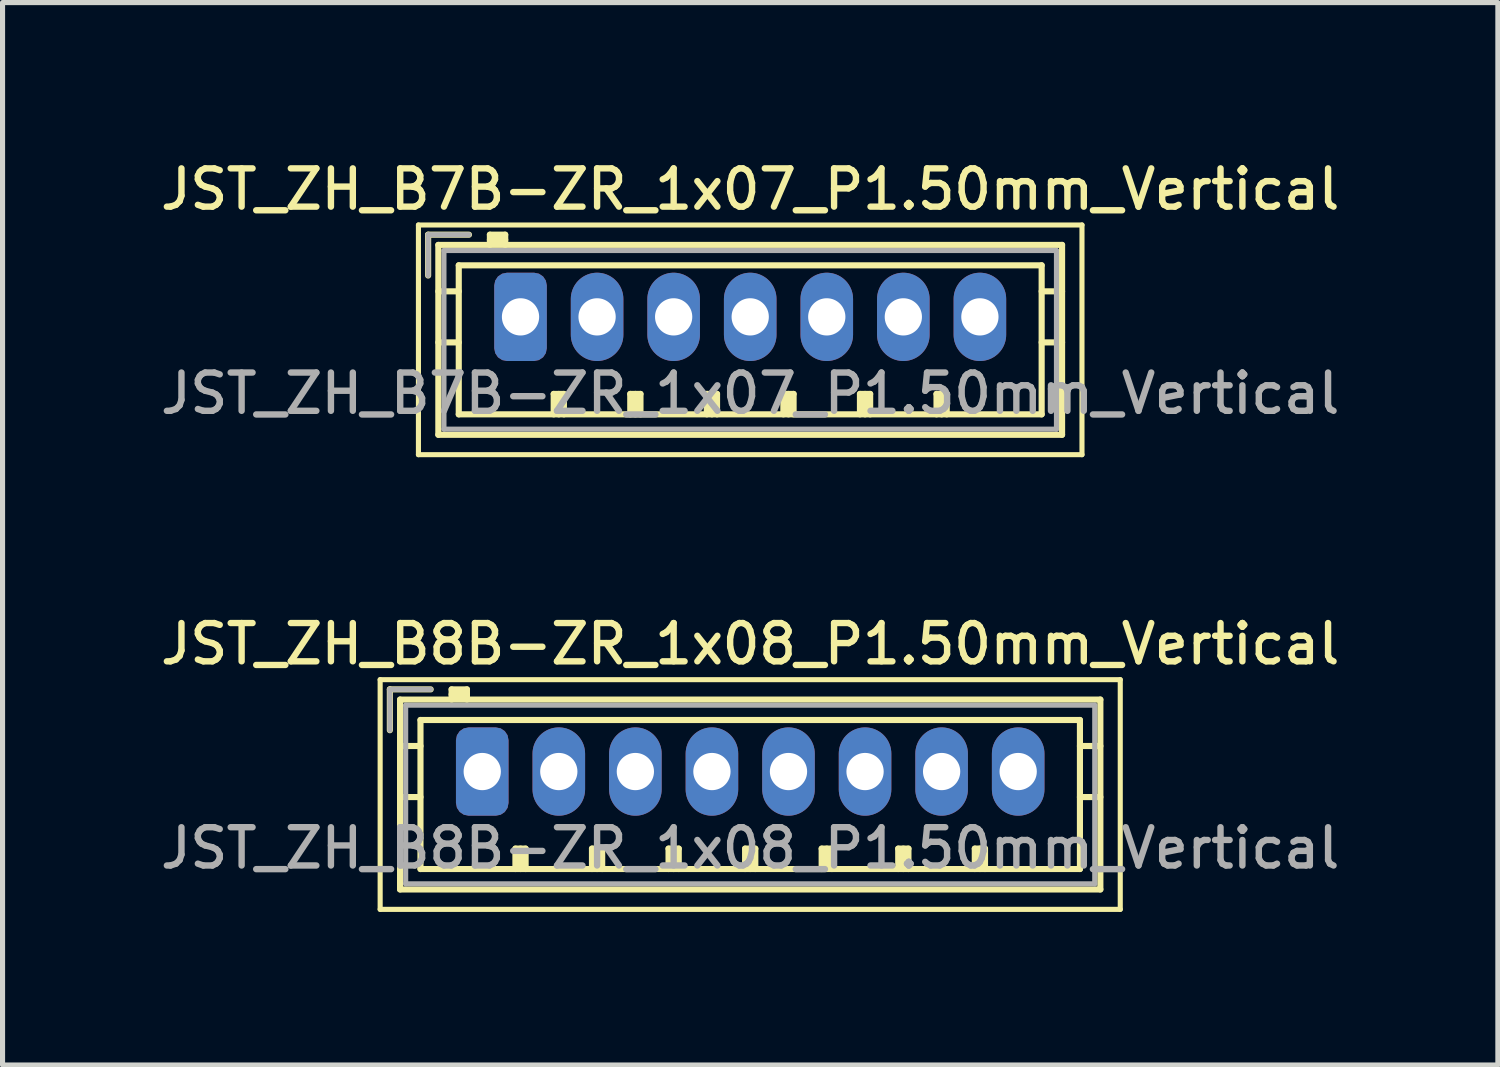
<source format=kicad_pcb>
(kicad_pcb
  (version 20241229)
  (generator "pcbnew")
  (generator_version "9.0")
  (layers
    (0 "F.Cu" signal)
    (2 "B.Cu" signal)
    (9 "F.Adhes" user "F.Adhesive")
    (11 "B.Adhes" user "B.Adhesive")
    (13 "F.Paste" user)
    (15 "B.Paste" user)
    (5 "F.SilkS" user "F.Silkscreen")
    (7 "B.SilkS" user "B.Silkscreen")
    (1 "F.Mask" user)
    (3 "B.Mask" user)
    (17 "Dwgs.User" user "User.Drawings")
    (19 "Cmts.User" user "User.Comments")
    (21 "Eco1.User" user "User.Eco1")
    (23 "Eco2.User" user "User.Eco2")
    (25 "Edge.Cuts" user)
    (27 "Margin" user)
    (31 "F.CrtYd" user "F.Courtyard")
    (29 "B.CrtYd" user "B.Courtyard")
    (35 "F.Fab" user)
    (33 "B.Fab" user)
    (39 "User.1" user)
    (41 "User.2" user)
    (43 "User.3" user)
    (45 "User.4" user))
  (footprint "JST_ZH_B8B-ZR_1x08_P1.50mm_Vertical"
    (layer "F.Cu")
    (at 6.398 12.066)
    (property "Reference" "JST_ZH_B8B-ZR_1x08_P1.50mm_Vertical" (at 5.25 -2.5 0) (layer "F.SilkS") (effects (font (size 0.75 0.75) (thickness 0.125))))
    (attr through_hole)
    (fp_line (start -2 -1.8) (end -2 2.7) (stroke (width 0.1) (type solid)) (layer "F.SilkS"))
    (fp_line (start -2 2.7) (end 12.5 2.7) (stroke (width 0.1) (type solid)) (layer "F.SilkS"))
    (fp_line (start -1.81 -1.61) (end -1.81 -0.81) (stroke (width 0.12) (type solid)) (layer "F.SilkS"))
    (fp_line (start -1.61 -1.41) (end -1.61 2.31) (stroke (width 0.12) (type solid)) (layer "F.SilkS"))
    (fp_line (start -1.61 -0.5) (end -1.21 -0.5) (stroke (width 0.12) (type solid)) (layer "F.SilkS"))
    (fp_line (start -1.61 0.5) (end -1.21 0.5) (stroke (width 0.12) (type solid)) (layer "F.SilkS"))
    (fp_line (start -1.61 2.31) (end 12.11 2.31) (stroke (width 0.12) (type solid)) (layer "F.SilkS"))
    (fp_line (start -1.21 -1.01) (end -1.21 1.91) (stroke (width 0.12) (type solid)) (layer "F.SilkS"))
    (fp_line (start -1.21 1.91) (end 11.71 1.91) (stroke (width 0.12) (type solid)) (layer "F.SilkS"))
    (fp_line (start -1.01 -1.61) (end -1.81 -1.61) (stroke (width 0.12) (type solid)) (layer "F.SilkS"))
    (fp_line (start -0.6 -1.61) (end -0.6 -1.41) (stroke (width 0.12) (type solid)) (layer "F.SilkS"))
    (fp_line (start -0.3 -1.61) (end -0.6 -1.61) (stroke (width 0.12) (type solid)) (layer "F.SilkS"))
    (fp_line (start -0.3 -1.51) (end -0.6 -1.51) (stroke (width 0.12) (type solid)) (layer "F.SilkS"))
    (fp_line (start -0.3 -1.41) (end -0.3 -1.61) (stroke (width 0.12) (type solid)) (layer "F.SilkS"))
    (fp_line (start 0.65 1.51) (end 0.85 1.51) (stroke (width 0.12) (type solid)) (layer "F.SilkS"))
    (fp_line (start 0.65 1.91) (end 0.65 1.51) (stroke (width 0.12) (type solid)) (layer "F.SilkS"))
    (fp_line (start 0.75 1.91) (end 0.75 1.51) (stroke (width 0.12) (type solid)) (layer "F.SilkS"))
    (fp_line (start 0.85 1.51) (end 0.85 1.91) (stroke (width 0.12) (type solid)) (layer "F.SilkS"))
    (fp_line (start 2.15 1.51) (end 2.35 1.51) (stroke (width 0.12) (type solid)) (layer "F.SilkS"))
    (fp_line (start 2.15 1.91) (end 2.15 1.51) (stroke (width 0.12) (type solid)) (layer "F.SilkS"))
    (fp_line (start 2.25 1.91) (end 2.25 1.51) (stroke (width 0.12) (type solid)) (layer "F.SilkS"))
    (fp_line (start 2.35 1.51) (end 2.35 1.91) (stroke (width 0.12) (type solid)) (layer "F.SilkS"))
    (fp_line (start 3.65 1.51) (end 3.85 1.51) (stroke (width 0.12) (type solid)) (layer "F.SilkS"))
    (fp_line (start 3.65 1.91) (end 3.65 1.51) (stroke (width 0.12) (type solid)) (layer "F.SilkS"))
    (fp_line (start 3.75 1.91) (end 3.75 1.51) (stroke (width 0.12) (type solid)) (layer "F.SilkS"))
    (fp_line (start 3.85 1.51) (end 3.85 1.91) (stroke (width 0.12) (type solid)) (layer "F.SilkS"))
    (fp_line (start 5.15 1.51) (end 5.35 1.51) (stroke (width 0.12) (type solid)) (layer "F.SilkS"))
    (fp_line (start 5.15 1.91) (end 5.15 1.51) (stroke (width 0.12) (type solid)) (layer "F.SilkS"))
    (fp_line (start 5.25 1.91) (end 5.25 1.51) (stroke (width 0.12) (type solid)) (layer "F.SilkS"))
    (fp_line (start 5.35 1.51) (end 5.35 1.91) (stroke (width 0.12) (type solid)) (layer "F.SilkS"))
    (fp_line (start 6.65 1.51) (end 6.85 1.51) (stroke (width 0.12) (type solid)) (layer "F.SilkS"))
    (fp_line (start 6.65 1.91) (end 6.65 1.51) (stroke (width 0.12) (type solid)) (layer "F.SilkS"))
    (fp_line (start 6.75 1.91) (end 6.75 1.51) (stroke (width 0.12) (type solid)) (layer "F.SilkS"))
    (fp_line (start 6.85 1.51) (end 6.85 1.91) (stroke (width 0.12) (type solid)) (layer "F.SilkS"))
    (fp_line (start 8.15 1.51) (end 8.35 1.51) (stroke (width 0.12) (type solid)) (layer "F.SilkS"))
    (fp_line (start 8.15 1.91) (end 8.15 1.51) (stroke (width 0.12) (type solid)) (layer "F.SilkS"))
    (fp_line (start 8.25 1.91) (end 8.25 1.51) (stroke (width 0.12) (type solid)) (layer "F.SilkS"))
    (fp_line (start 8.35 1.51) (end 8.35 1.91) (stroke (width 0.12) (type solid)) (layer "F.SilkS"))
    (fp_line (start 9.65 1.51) (end 9.85 1.51) (stroke (width 0.12) (type solid)) (layer "F.SilkS"))
    (fp_line (start 9.65 1.91) (end 9.65 1.51) (stroke (width 0.12) (type solid)) (layer "F.SilkS"))
    (fp_line (start 9.75 1.91) (end 9.75 1.51) (stroke (width 0.12) (type solid)) (layer "F.SilkS"))
    (fp_line (start 9.85 1.51) (end 9.85 1.91) (stroke (width 0.12) (type solid)) (layer "F.SilkS"))
    (fp_line (start 11.71 -1.01) (end -1.21 -1.01) (stroke (width 0.12) (type solid)) (layer "F.SilkS"))
    (fp_line (start 11.71 1.91) (end 11.71 -1.01) (stroke (width 0.12) (type solid)) (layer "F.SilkS"))
    (fp_line (start 12.11 -1.41) (end -1.61 -1.41) (stroke (width 0.12) (type solid)) (layer "F.SilkS"))
    (fp_line (start 12.11 -0.5) (end 11.71 -0.5) (stroke (width 0.12) (type solid)) (layer "F.SilkS"))
    (fp_line (start 12.11 0.5) (end 11.71 0.5) (stroke (width 0.12) (type solid)) (layer "F.SilkS"))
    (fp_line (start 12.11 2.31) (end 12.11 -1.41) (stroke (width 0.12) (type solid)) (layer "F.SilkS"))
    (fp_line (start 12.5 -1.8) (end -2 -1.8) (stroke (width 0.1) (type solid)) (layer "F.SilkS"))
    (fp_line (start 12.5 2.7) (end 12.5 -1.8) (stroke (width 0.1) (type solid)) (layer "F.SilkS"))
    (fp_line (start -1.81 -1.61) (end -1.81 -0.81) (stroke (width 0.1) (type solid)) (layer "F.Fab"))
    (fp_line (start -1.5 -1.3) (end -1.5 2.2) (stroke (width 0.1) (type solid)) (layer "F.Fab"))
    (fp_line (start -1.5 2.2) (end 12 2.2) (stroke (width 0.1) (type solid)) (layer "F.Fab"))
    (fp_line (start -1.01 -1.61) (end -1.81 -1.61) (stroke (width 0.1) (type solid)) (layer "F.Fab"))
    (fp_line (start 12 -1.3) (end -1.5 -1.3) (stroke (width 0.1) (type solid)) (layer "F.Fab"))
    (fp_line (start 12 2.2) (end 12 -1.3) (stroke (width 0.1) (type solid)) (layer "F.Fab"))
    (fp_text user "${REFERENCE}" (at 5.25 1.5 0) (layer "F.Fab") (effects (font (size 0.75 0.75) (thickness 0.125))))
    (pad "1" thru_hole roundrect (at 0 0) (size 1.03 1.73) (drill 0.73) (layers "*.Cu" "*.Mask") (roundrect_rratio 0.243))
    (pad "2" thru_hole oval (at 1.5 0) (size 1.03 1.73) (drill 0.73) (layers "*.Cu" "*.Mask"))
    (pad "3" thru_hole oval (at 3 0) (size 1.03 1.73) (drill 0.73) (layers "*.Cu" "*.Mask"))
    (pad "4" thru_hole oval (at 4.5 0) (size 1.03 1.73) (drill 0.73) (layers "*.Cu" "*.Mask"))
    (pad "5" thru_hole oval (at 6 0) (size 1.03 1.73) (drill 0.73) (layers "*.Cu" "*.Mask"))
    (pad "6" thru_hole oval (at 7.5 0) (size 1.03 1.73) (drill 0.73) (layers "*.Cu" "*.Mask"))
    (pad "7" thru_hole oval (at 9 0) (size 1.03 1.73) (drill 0.73) (layers "*.Cu" "*.Mask"))
    (pad "8" thru_hole oval (at 10.5 0) (size 1.03 1.73) (drill 0.73) (layers "*.Cu" "*.Mask")))
  (footprint "JST_ZH_B7B-ZR_1x07_P1.50mm_Vertical"
    (layer "F.Cu")
    (at 7.148 3.158)
    (property "Reference" "JST_ZH_B7B-ZR_1x07_P1.50mm_Vertical" (at 4.5 -2.5 0) (layer "F.SilkS") (effects (font (size 0.75 0.75) (thickness 0.125))))
    (attr through_hole)
    (fp_line (start -2 -1.8) (end -2 2.7) (stroke (width 0.1) (type solid)) (layer "F.SilkS"))
    (fp_line (start -2 2.7) (end 11 2.7) (stroke (width 0.1) (type solid)) (layer "F.SilkS"))
    (fp_line (start -1.81 -1.61) (end -1.81 -0.81) (stroke (width 0.12) (type solid)) (layer "F.SilkS"))
    (fp_line (start -1.61 -1.41) (end -1.61 2.31) (stroke (width 0.12) (type solid)) (layer "F.SilkS"))
    (fp_line (start -1.61 -0.5) (end -1.21 -0.5) (stroke (width 0.12) (type solid)) (layer "F.SilkS"))
    (fp_line (start -1.61 0.5) (end -1.21 0.5) (stroke (width 0.12) (type solid)) (layer "F.SilkS"))
    (fp_line (start -1.61 2.31) (end 10.61 2.31) (stroke (width 0.12) (type solid)) (layer "F.SilkS"))
    (fp_line (start -1.21 -1.01) (end -1.21 1.91) (stroke (width 0.12) (type solid)) (layer "F.SilkS"))
    (fp_line (start -1.21 1.91) (end 10.21 1.91) (stroke (width 0.12) (type solid)) (layer "F.SilkS"))
    (fp_line (start -1.01 -1.61) (end -1.81 -1.61) (stroke (width 0.12) (type solid)) (layer "F.SilkS"))
    (fp_line (start -0.6 -1.61) (end -0.6 -1.41) (stroke (width 0.12) (type solid)) (layer "F.SilkS"))
    (fp_line (start -0.3 -1.61) (end -0.6 -1.61) (stroke (width 0.12) (type solid)) (layer "F.SilkS"))
    (fp_line (start -0.3 -1.51) (end -0.6 -1.51) (stroke (width 0.12) (type solid)) (layer "F.SilkS"))
    (fp_line (start -0.3 -1.41) (end -0.3 -1.61) (stroke (width 0.12) (type solid)) (layer "F.SilkS"))
    (fp_line (start 0.65 1.51) (end 0.85 1.51) (stroke (width 0.12) (type solid)) (layer "F.SilkS"))
    (fp_line (start 0.65 1.91) (end 0.65 1.51) (stroke (width 0.12) (type solid)) (layer "F.SilkS"))
    (fp_line (start 0.75 1.91) (end 0.75 1.51) (stroke (width 0.12) (type solid)) (layer "F.SilkS"))
    (fp_line (start 0.85 1.51) (end 0.85 1.91) (stroke (width 0.12) (type solid)) (layer "F.SilkS"))
    (fp_line (start 2.15 1.51) (end 2.35 1.51) (stroke (width 0.12) (type solid)) (layer "F.SilkS"))
    (fp_line (start 2.15 1.91) (end 2.15 1.51) (stroke (width 0.12) (type solid)) (layer "F.SilkS"))
    (fp_line (start 2.25 1.91) (end 2.25 1.51) (stroke (width 0.12) (type solid)) (layer "F.SilkS"))
    (fp_line (start 2.35 1.51) (end 2.35 1.91) (stroke (width 0.12) (type solid)) (layer "F.SilkS"))
    (fp_line (start 3.65 1.51) (end 3.85 1.51) (stroke (width 0.12) (type solid)) (layer "F.SilkS"))
    (fp_line (start 3.65 1.91) (end 3.65 1.51) (stroke (width 0.12) (type solid)) (layer "F.SilkS"))
    (fp_line (start 3.75 1.91) (end 3.75 1.51) (stroke (width 0.12) (type solid)) (layer "F.SilkS"))
    (fp_line (start 3.85 1.51) (end 3.85 1.91) (stroke (width 0.12) (type solid)) (layer "F.SilkS"))
    (fp_line (start 5.15 1.51) (end 5.35 1.51) (stroke (width 0.12) (type solid)) (layer "F.SilkS"))
    (fp_line (start 5.15 1.91) (end 5.15 1.51) (stroke (width 0.12) (type solid)) (layer "F.SilkS"))
    (fp_line (start 5.25 1.91) (end 5.25 1.51) (stroke (width 0.12) (type solid)) (layer "F.SilkS"))
    (fp_line (start 5.35 1.51) (end 5.35 1.91) (stroke (width 0.12) (type solid)) (layer "F.SilkS"))
    (fp_line (start 6.65 1.51) (end 6.85 1.51) (stroke (width 0.12) (type solid)) (layer "F.SilkS"))
    (fp_line (start 6.65 1.91) (end 6.65 1.51) (stroke (width 0.12) (type solid)) (layer "F.SilkS"))
    (fp_line (start 6.75 1.91) (end 6.75 1.51) (stroke (width 0.12) (type solid)) (layer "F.SilkS"))
    (fp_line (start 6.85 1.51) (end 6.85 1.91) (stroke (width 0.12) (type solid)) (layer "F.SilkS"))
    (fp_line (start 8.15 1.51) (end 8.35 1.51) (stroke (width 0.12) (type solid)) (layer "F.SilkS"))
    (fp_line (start 8.15 1.91) (end 8.15 1.51) (stroke (width 0.12) (type solid)) (layer "F.SilkS"))
    (fp_line (start 8.25 1.91) (end 8.25 1.51) (stroke (width 0.12) (type solid)) (layer "F.SilkS"))
    (fp_line (start 8.35 1.51) (end 8.35 1.91) (stroke (width 0.12) (type solid)) (layer "F.SilkS"))
    (fp_line (start 10.21 -1.01) (end -1.21 -1.01) (stroke (width 0.12) (type solid)) (layer "F.SilkS"))
    (fp_line (start 10.21 1.91) (end 10.21 -1.01) (stroke (width 0.12) (type solid)) (layer "F.SilkS"))
    (fp_line (start 10.61 -1.41) (end -1.61 -1.41) (stroke (width 0.12) (type solid)) (layer "F.SilkS"))
    (fp_line (start 10.61 -0.5) (end 10.21 -0.5) (stroke (width 0.12) (type solid)) (layer "F.SilkS"))
    (fp_line (start 10.61 0.5) (end 10.21 0.5) (stroke (width 0.12) (type solid)) (layer "F.SilkS"))
    (fp_line (start 10.61 2.31) (end 10.61 -1.41) (stroke (width 0.12) (type solid)) (layer "F.SilkS"))
    (fp_line (start 11 -1.8) (end -2 -1.8) (stroke (width 0.1) (type solid)) (layer "F.SilkS"))
    (fp_line (start 11 2.7) (end 11 -1.8) (stroke (width 0.1) (type solid)) (layer "F.SilkS"))
    (fp_line (start -1.81 -1.61) (end -1.81 -0.81) (stroke (width 0.1) (type solid)) (layer "F.Fab"))
    (fp_line (start -1.5 -1.3) (end -1.5 2.2) (stroke (width 0.1) (type solid)) (layer "F.Fab"))
    (fp_line (start -1.5 2.2) (end 10.5 2.2) (stroke (width 0.1) (type solid)) (layer "F.Fab"))
    (fp_line (start -1.01 -1.61) (end -1.81 -1.61) (stroke (width 0.1) (type solid)) (layer "F.Fab"))
    (fp_line (start 10.5 -1.3) (end -1.5 -1.3) (stroke (width 0.1) (type solid)) (layer "F.Fab"))
    (fp_line (start 10.5 2.2) (end 10.5 -1.3) (stroke (width 0.1) (type solid)) (layer "F.Fab"))
    (fp_text user "${REFERENCE}" (at 4.5 1.5 0) (layer "F.Fab") (effects (font (size 0.75 0.75) (thickness 0.125))))
    (pad "1" thru_hole roundrect (at 0 0) (size 1.03 1.73) (drill 0.73) (layers "*.Cu" "*.Mask") (roundrect_rratio 0.243))
    (pad "2" thru_hole oval (at 1.5 0) (size 1.03 1.73) (drill 0.73) (layers "*.Cu" "*.Mask"))
    (pad "3" thru_hole oval (at 3 0) (size 1.03 1.73) (drill 0.73) (layers "*.Cu" "*.Mask"))
    (pad "4" thru_hole oval (at 4.5 0) (size 1.03 1.73) (drill 0.73) (layers "*.Cu" "*.Mask"))
    (pad "5" thru_hole oval (at 6 0) (size 1.03 1.73) (drill 0.73) (layers "*.Cu" "*.Mask"))
    (pad "6" thru_hole oval (at 7.5 0) (size 1.03 1.73) (drill 0.73) (layers "*.Cu" "*.Mask"))
    (pad "7" thru_hole oval (at 9 0) (size 1.03 1.73) (drill 0.73) (layers "*.Cu" "*.Mask")))
  (gr_rect
    (start -3 -3)
    (end 26.296 17.816)
    (stroke (width 0.1) (type default))
    (fill no)
    (layer "Edge.Cuts")))
</source>
